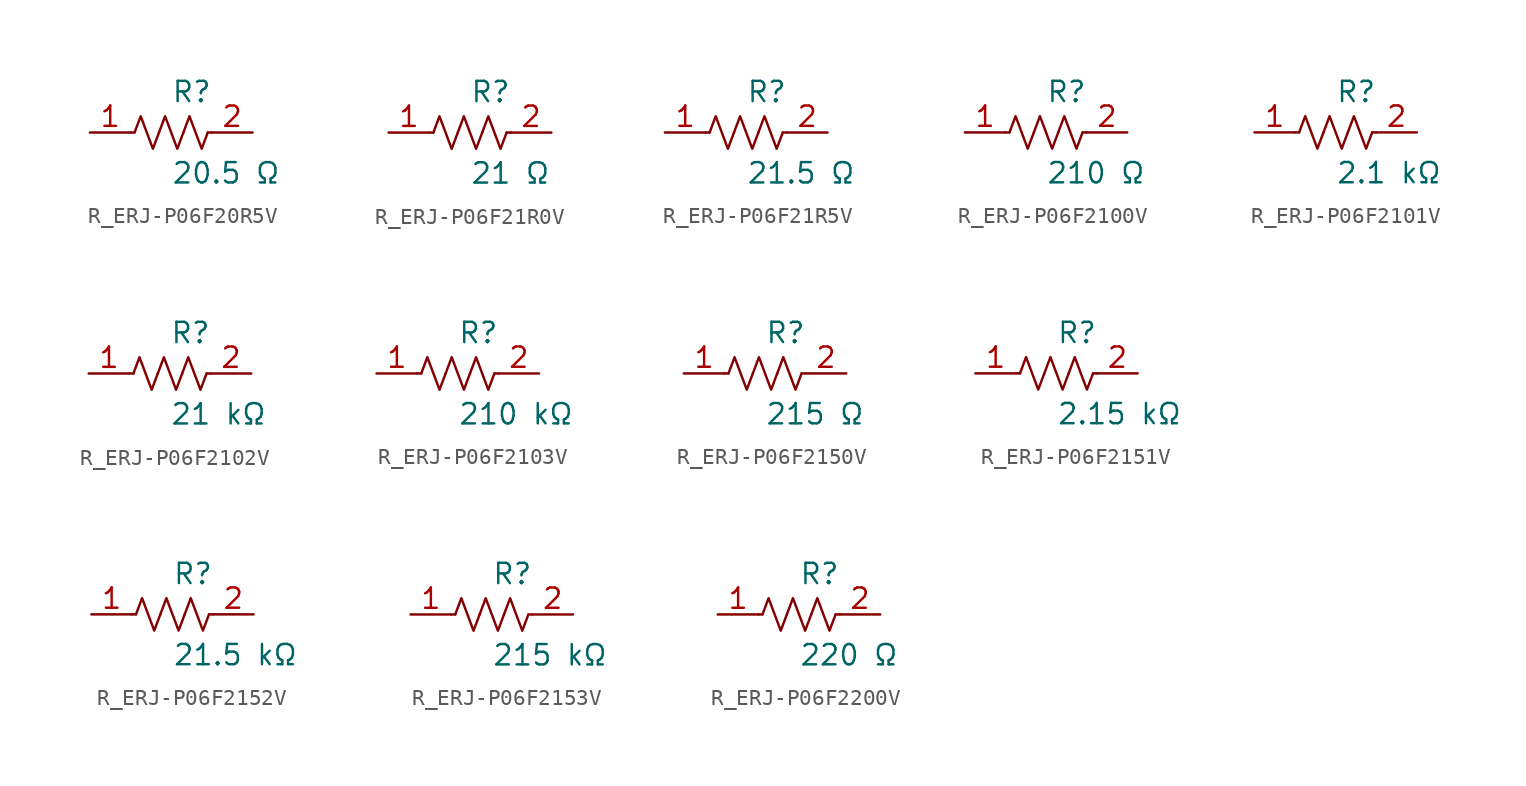
<source format=kicad_sym>
(kicad_symbol_lib
  (version 20231120)
  (generator kicad_symbol_editor)
  (generator_version 8.0)
  (symbol "R_ERJ-P06F20R5V"
    (pin_names
      (offset 0.254))
    (property "Reference" "R"
      (at 0.0 2.54 0)
      (effects (font (size 1.27 1.27)) (justify left)))
    (property "Value" "20.5 Ω"
      (at 0.0 -2.54 0)
      (effects (font (size 1.27 1.27)) (justify left)))
    (symbol "R_ERJ-P06F20R5V_0_1"
      (polyline (pts (xy 2.286 0) (xy 2.54 0)) (stroke (width 0) (type default)) (fill (type none)))
      (polyline (pts (xy -2.286 0) (xy -2.54 0)) (stroke (width 0) (type default)) (fill (type none)))
      (polyline (pts (xy 0.762 0) (xy 1.143 1.016) (xy 1.524 0) (xy 1.905 -1.016) (xy 2.286 0)) (stroke (width 0) (type default)) (fill (type none)))
      (polyline (pts (xy -0.762 0) (xy -0.381 1.016) (xy 0 0) (xy 0.381 -1.016) (xy 0.762 0)) (stroke (width 0) (type default)) (fill (type none)))
      (polyline (pts (xy -2.286 0) (xy -1.905 1.016) (xy -1.524 0) (xy -1.143 -1.016) (xy -0.762 0)) (stroke (width 0) (type default)) (fill (type none))))
    (pin unspecified line
      (at -5.08 0 0)
      (length 2.54)
      (name "" (effects (font (size 1.27 1.27))))
      (number "1" (effects (font (size 1.27 1.27)))))
    (pin unspecified line
      (at 5.08 0 180)
      (length 2.54)
      (name "" (effects (font (size 1.27 1.27))))
      (number "2" (effects (font (size 1.27 1.27))))))
  (symbol "R_ERJ-P06F21R0V"
    (pin_names
      (offset 0.254))
    (property "Reference" "R"
      (at 0.0 2.54 0)
      (effects (font (size 1.27 1.27)) (justify left)))
    (property "Value" "21 Ω"
      (at 0.0 -2.54 0)
      (effects (font (size 1.27 1.27)) (justify left)))
    (symbol "R_ERJ-P06F21R0V_0_1"
      (polyline (pts (xy 2.286 0) (xy 2.54 0)) (stroke (width 0) (type default)) (fill (type none)))
      (polyline (pts (xy -2.286 0) (xy -2.54 0)) (stroke (width 0) (type default)) (fill (type none)))
      (polyline (pts (xy 0.762 0) (xy 1.143 1.016) (xy 1.524 0) (xy 1.905 -1.016) (xy 2.286 0)) (stroke (width 0) (type default)) (fill (type none)))
      (polyline (pts (xy -0.762 0) (xy -0.381 1.016) (xy 0 0) (xy 0.381 -1.016) (xy 0.762 0)) (stroke (width 0) (type default)) (fill (type none)))
      (polyline (pts (xy -2.286 0) (xy -1.905 1.016) (xy -1.524 0) (xy -1.143 -1.016) (xy -0.762 0)) (stroke (width 0) (type default)) (fill (type none))))
    (pin unspecified line
      (at -5.08 0 0)
      (length 2.54)
      (name "" (effects (font (size 1.27 1.27))))
      (number "1" (effects (font (size 1.27 1.27)))))
    (pin unspecified line
      (at 5.08 0 180)
      (length 2.54)
      (name "" (effects (font (size 1.27 1.27))))
      (number "2" (effects (font (size 1.27 1.27))))))
  (symbol "R_ERJ-P06F21R5V"
    (pin_names
      (offset 0.254))
    (property "Reference" "R"
      (at 0.0 2.54 0)
      (effects (font (size 1.27 1.27)) (justify left)))
    (property "Value" "21.5 Ω"
      (at 0.0 -2.54 0)
      (effects (font (size 1.27 1.27)) (justify left)))
    (symbol "R_ERJ-P06F21R5V_0_1"
      (polyline (pts (xy 2.286 0) (xy 2.54 0)) (stroke (width 0) (type default)) (fill (type none)))
      (polyline (pts (xy -2.286 0) (xy -2.54 0)) (stroke (width 0) (type default)) (fill (type none)))
      (polyline (pts (xy 0.762 0) (xy 1.143 1.016) (xy 1.524 0) (xy 1.905 -1.016) (xy 2.286 0)) (stroke (width 0) (type default)) (fill (type none)))
      (polyline (pts (xy -0.762 0) (xy -0.381 1.016) (xy 0 0) (xy 0.381 -1.016) (xy 0.762 0)) (stroke (width 0) (type default)) (fill (type none)))
      (polyline (pts (xy -2.286 0) (xy -1.905 1.016) (xy -1.524 0) (xy -1.143 -1.016) (xy -0.762 0)) (stroke (width 0) (type default)) (fill (type none))))
    (pin unspecified line
      (at -5.08 0 0)
      (length 2.54)
      (name "" (effects (font (size 1.27 1.27))))
      (number "1" (effects (font (size 1.27 1.27)))))
    (pin unspecified line
      (at 5.08 0 180)
      (length 2.54)
      (name "" (effects (font (size 1.27 1.27))))
      (number "2" (effects (font (size 1.27 1.27))))))
  (symbol "R_ERJ-P06F2100V"
    (pin_names
      (offset 0.254))
    (property "Reference" "R"
      (at 0.0 2.54 0)
      (effects (font (size 1.27 1.27)) (justify left)))
    (property "Value" "210 Ω"
      (at 0.0 -2.54 0)
      (effects (font (size 1.27 1.27)) (justify left)))
    (symbol "R_ERJ-P06F2100V_0_1"
      (polyline (pts (xy 2.286 0) (xy 2.54 0)) (stroke (width 0) (type default)) (fill (type none)))
      (polyline (pts (xy -2.286 0) (xy -2.54 0)) (stroke (width 0) (type default)) (fill (type none)))
      (polyline (pts (xy 0.762 0) (xy 1.143 1.016) (xy 1.524 0) (xy 1.905 -1.016) (xy 2.286 0)) (stroke (width 0) (type default)) (fill (type none)))
      (polyline (pts (xy -0.762 0) (xy -0.381 1.016) (xy 0 0) (xy 0.381 -1.016) (xy 0.762 0)) (stroke (width 0) (type default)) (fill (type none)))
      (polyline (pts (xy -2.286 0) (xy -1.905 1.016) (xy -1.524 0) (xy -1.143 -1.016) (xy -0.762 0)) (stroke (width 0) (type default)) (fill (type none))))
    (pin unspecified line
      (at -5.08 0 0)
      (length 2.54)
      (name "" (effects (font (size 1.27 1.27))))
      (number "1" (effects (font (size 1.27 1.27)))))
    (pin unspecified line
      (at 5.08 0 180)
      (length 2.54)
      (name "" (effects (font (size 1.27 1.27))))
      (number "2" (effects (font (size 1.27 1.27))))))
  (symbol "R_ERJ-P06F2101V"
    (pin_names
      (offset 0.254))
    (property "Reference" "R"
      (at 0.0 2.54 0)
      (effects (font (size 1.27 1.27)) (justify left)))
    (property "Value" "2.1 kΩ"
      (at 0.0 -2.54 0)
      (effects (font (size 1.27 1.27)) (justify left)))
    (symbol "R_ERJ-P06F2101V_0_1"
      (polyline (pts (xy 2.286 0) (xy 2.54 0)) (stroke (width 0) (type default)) (fill (type none)))
      (polyline (pts (xy -2.286 0) (xy -2.54 0)) (stroke (width 0) (type default)) (fill (type none)))
      (polyline (pts (xy 0.762 0) (xy 1.143 1.016) (xy 1.524 0) (xy 1.905 -1.016) (xy 2.286 0)) (stroke (width 0) (type default)) (fill (type none)))
      (polyline (pts (xy -0.762 0) (xy -0.381 1.016) (xy 0 0) (xy 0.381 -1.016) (xy 0.762 0)) (stroke (width 0) (type default)) (fill (type none)))
      (polyline (pts (xy -2.286 0) (xy -1.905 1.016) (xy -1.524 0) (xy -1.143 -1.016) (xy -0.762 0)) (stroke (width 0) (type default)) (fill (type none))))
    (pin unspecified line
      (at -5.08 0 0)
      (length 2.54)
      (name "" (effects (font (size 1.27 1.27))))
      (number "1" (effects (font (size 1.27 1.27)))))
    (pin unspecified line
      (at 5.08 0 180)
      (length 2.54)
      (name "" (effects (font (size 1.27 1.27))))
      (number "2" (effects (font (size 1.27 1.27))))))
  (symbol "R_ERJ-P06F2102V"
    (pin_names
      (offset 0.254))
    (property "Reference" "R"
      (at 0.0 2.54 0)
      (effects (font (size 1.27 1.27)) (justify left)))
    (property "Value" "21 kΩ"
      (at 0.0 -2.54 0)
      (effects (font (size 1.27 1.27)) (justify left)))
    (symbol "R_ERJ-P06F2102V_0_1"
      (polyline (pts (xy 2.286 0) (xy 2.54 0)) (stroke (width 0) (type default)) (fill (type none)))
      (polyline (pts (xy -2.286 0) (xy -2.54 0)) (stroke (width 0) (type default)) (fill (type none)))
      (polyline (pts (xy 0.762 0) (xy 1.143 1.016) (xy 1.524 0) (xy 1.905 -1.016) (xy 2.286 0)) (stroke (width 0) (type default)) (fill (type none)))
      (polyline (pts (xy -0.762 0) (xy -0.381 1.016) (xy 0 0) (xy 0.381 -1.016) (xy 0.762 0)) (stroke (width 0) (type default)) (fill (type none)))
      (polyline (pts (xy -2.286 0) (xy -1.905 1.016) (xy -1.524 0) (xy -1.143 -1.016) (xy -0.762 0)) (stroke (width 0) (type default)) (fill (type none))))
    (pin unspecified line
      (at -5.08 0 0)
      (length 2.54)
      (name "" (effects (font (size 1.27 1.27))))
      (number "1" (effects (font (size 1.27 1.27)))))
    (pin unspecified line
      (at 5.08 0 180)
      (length 2.54)
      (name "" (effects (font (size 1.27 1.27))))
      (number "2" (effects (font (size 1.27 1.27))))))
  (symbol "R_ERJ-P06F2103V"
    (pin_names
      (offset 0.254))
    (property "Reference" "R"
      (at 0.0 2.54 0)
      (effects (font (size 1.27 1.27)) (justify left)))
    (property "Value" "210 kΩ"
      (at 0.0 -2.54 0)
      (effects (font (size 1.27 1.27)) (justify left)))
    (symbol "R_ERJ-P06F2103V_0_1"
      (polyline (pts (xy 2.286 0) (xy 2.54 0)) (stroke (width 0) (type default)) (fill (type none)))
      (polyline (pts (xy -2.286 0) (xy -2.54 0)) (stroke (width 0) (type default)) (fill (type none)))
      (polyline (pts (xy 0.762 0) (xy 1.143 1.016) (xy 1.524 0) (xy 1.905 -1.016) (xy 2.286 0)) (stroke (width 0) (type default)) (fill (type none)))
      (polyline (pts (xy -0.762 0) (xy -0.381 1.016) (xy 0 0) (xy 0.381 -1.016) (xy 0.762 0)) (stroke (width 0) (type default)) (fill (type none)))
      (polyline (pts (xy -2.286 0) (xy -1.905 1.016) (xy -1.524 0) (xy -1.143 -1.016) (xy -0.762 0)) (stroke (width 0) (type default)) (fill (type none))))
    (pin unspecified line
      (at -5.08 0 0)
      (length 2.54)
      (name "" (effects (font (size 1.27 1.27))))
      (number "1" (effects (font (size 1.27 1.27)))))
    (pin unspecified line
      (at 5.08 0 180)
      (length 2.54)
      (name "" (effects (font (size 1.27 1.27))))
      (number "2" (effects (font (size 1.27 1.27))))))
  (symbol "R_ERJ-P06F2150V"
    (pin_names
      (offset 0.254))
    (property "Reference" "R"
      (at 0.0 2.54 0)
      (effects (font (size 1.27 1.27)) (justify left)))
    (property "Value" "215 Ω"
      (at 0.0 -2.54 0)
      (effects (font (size 1.27 1.27)) (justify left)))
    (symbol "R_ERJ-P06F2150V_0_1"
      (polyline (pts (xy 2.286 0) (xy 2.54 0)) (stroke (width 0) (type default)) (fill (type none)))
      (polyline (pts (xy -2.286 0) (xy -2.54 0)) (stroke (width 0) (type default)) (fill (type none)))
      (polyline (pts (xy 0.762 0) (xy 1.143 1.016) (xy 1.524 0) (xy 1.905 -1.016) (xy 2.286 0)) (stroke (width 0) (type default)) (fill (type none)))
      (polyline (pts (xy -0.762 0) (xy -0.381 1.016) (xy 0 0) (xy 0.381 -1.016) (xy 0.762 0)) (stroke (width 0) (type default)) (fill (type none)))
      (polyline (pts (xy -2.286 0) (xy -1.905 1.016) (xy -1.524 0) (xy -1.143 -1.016) (xy -0.762 0)) (stroke (width 0) (type default)) (fill (type none))))
    (pin unspecified line
      (at -5.08 0 0)
      (length 2.54)
      (name "" (effects (font (size 1.27 1.27))))
      (number "1" (effects (font (size 1.27 1.27)))))
    (pin unspecified line
      (at 5.08 0 180)
      (length 2.54)
      (name "" (effects (font (size 1.27 1.27))))
      (number "2" (effects (font (size 1.27 1.27))))))
  (symbol "R_ERJ-P06F2151V"
    (pin_names
      (offset 0.254))
    (property "Reference" "R"
      (at 0.0 2.54 0)
      (effects (font (size 1.27 1.27)) (justify left)))
    (property "Value" "2.15 kΩ"
      (at 0.0 -2.54 0)
      (effects (font (size 1.27 1.27)) (justify left)))
    (symbol "R_ERJ-P06F2151V_0_1"
      (polyline (pts (xy 2.286 0) (xy 2.54 0)) (stroke (width 0) (type default)) (fill (type none)))
      (polyline (pts (xy -2.286 0) (xy -2.54 0)) (stroke (width 0) (type default)) (fill (type none)))
      (polyline (pts (xy 0.762 0) (xy 1.143 1.016) (xy 1.524 0) (xy 1.905 -1.016) (xy 2.286 0)) (stroke (width 0) (type default)) (fill (type none)))
      (polyline (pts (xy -0.762 0) (xy -0.381 1.016) (xy 0 0) (xy 0.381 -1.016) (xy 0.762 0)) (stroke (width 0) (type default)) (fill (type none)))
      (polyline (pts (xy -2.286 0) (xy -1.905 1.016) (xy -1.524 0) (xy -1.143 -1.016) (xy -0.762 0)) (stroke (width 0) (type default)) (fill (type none))))
    (pin unspecified line
      (at -5.08 0 0)
      (length 2.54)
      (name "" (effects (font (size 1.27 1.27))))
      (number "1" (effects (font (size 1.27 1.27)))))
    (pin unspecified line
      (at 5.08 0 180)
      (length 2.54)
      (name "" (effects (font (size 1.27 1.27))))
      (number "2" (effects (font (size 1.27 1.27))))))
  (symbol "R_ERJ-P06F2152V"
    (pin_names
      (offset 0.254))
    (property "Reference" "R"
      (at 0.0 2.54 0)
      (effects (font (size 1.27 1.27)) (justify left)))
    (property "Value" "21.5 kΩ"
      (at 0.0 -2.54 0)
      (effects (font (size 1.27 1.27)) (justify left)))
    (symbol "R_ERJ-P06F2152V_0_1"
      (polyline (pts (xy 2.286 0) (xy 2.54 0)) (stroke (width 0) (type default)) (fill (type none)))
      (polyline (pts (xy -2.286 0) (xy -2.54 0)) (stroke (width 0) (type default)) (fill (type none)))
      (polyline (pts (xy 0.762 0) (xy 1.143 1.016) (xy 1.524 0) (xy 1.905 -1.016) (xy 2.286 0)) (stroke (width 0) (type default)) (fill (type none)))
      (polyline (pts (xy -0.762 0) (xy -0.381 1.016) (xy 0 0) (xy 0.381 -1.016) (xy 0.762 0)) (stroke (width 0) (type default)) (fill (type none)))
      (polyline (pts (xy -2.286 0) (xy -1.905 1.016) (xy -1.524 0) (xy -1.143 -1.016) (xy -0.762 0)) (stroke (width 0) (type default)) (fill (type none))))
    (pin unspecified line
      (at -5.08 0 0)
      (length 2.54)
      (name "" (effects (font (size 1.27 1.27))))
      (number "1" (effects (font (size 1.27 1.27)))))
    (pin unspecified line
      (at 5.08 0 180)
      (length 2.54)
      (name "" (effects (font (size 1.27 1.27))))
      (number "2" (effects (font (size 1.27 1.27))))))
  (symbol "R_ERJ-P06F2153V"
    (pin_names
      (offset 0.254))
    (property "Reference" "R"
      (at 0.0 2.54 0)
      (effects (font (size 1.27 1.27)) (justify left)))
    (property "Value" "215 kΩ"
      (at 0.0 -2.54 0)
      (effects (font (size 1.27 1.27)) (justify left)))
    (symbol "R_ERJ-P06F2153V_0_1"
      (polyline (pts (xy 2.286 0) (xy 2.54 0)) (stroke (width 0) (type default)) (fill (type none)))
      (polyline (pts (xy -2.286 0) (xy -2.54 0)) (stroke (width 0) (type default)) (fill (type none)))
      (polyline (pts (xy 0.762 0) (xy 1.143 1.016) (xy 1.524 0) (xy 1.905 -1.016) (xy 2.286 0)) (stroke (width 0) (type default)) (fill (type none)))
      (polyline (pts (xy -0.762 0) (xy -0.381 1.016) (xy 0 0) (xy 0.381 -1.016) (xy 0.762 0)) (stroke (width 0) (type default)) (fill (type none)))
      (polyline (pts (xy -2.286 0) (xy -1.905 1.016) (xy -1.524 0) (xy -1.143 -1.016) (xy -0.762 0)) (stroke (width 0) (type default)) (fill (type none))))
    (pin unspecified line
      (at -5.08 0 0)
      (length 2.54)
      (name "" (effects (font (size 1.27 1.27))))
      (number "1" (effects (font (size 1.27 1.27)))))
    (pin unspecified line
      (at 5.08 0 180)
      (length 2.54)
      (name "" (effects (font (size 1.27 1.27))))
      (number "2" (effects (font (size 1.27 1.27))))))
  (symbol "R_ERJ-P06F2200V"
    (pin_names
      (offset 0.254))
    (property "Reference" "R"
      (at 0.0 2.54 0)
      (effects (font (size 1.27 1.27)) (justify left)))
    (property "Value" "220 Ω"
      (at 0.0 -2.54 0)
      (effects (font (size 1.27 1.27)) (justify left)))
    (symbol "R_ERJ-P06F2200V_0_1"
      (polyline (pts (xy 2.286 0) (xy 2.54 0)) (stroke (width 0) (type default)) (fill (type none)))
      (polyline (pts (xy -2.286 0) (xy -2.54 0)) (stroke (width 0) (type default)) (fill (type none)))
      (polyline (pts (xy 0.762 0) (xy 1.143 1.016) (xy 1.524 0) (xy 1.905 -1.016) (xy 2.286 0)) (stroke (width 0) (type default)) (fill (type none)))
      (polyline (pts (xy -0.762 0) (xy -0.381 1.016) (xy 0 0) (xy 0.381 -1.016) (xy 0.762 0)) (stroke (width 0) (type default)) (fill (type none)))
      (polyline (pts (xy -2.286 0) (xy -1.905 1.016) (xy -1.524 0) (xy -1.143 -1.016) (xy -0.762 0)) (stroke (width 0) (type default)) (fill (type none))))
    (pin unspecified line
      (at -5.08 0 0)
      (length 2.54)
      (name "" (effects (font (size 1.27 1.27))))
      (number "1" (effects (font (size 1.27 1.27)))))
    (pin unspecified line
      (at 5.08 0 180)
      (length 2.54)
      (name "" (effects (font (size 1.27 1.27))))
      (number "2" (effects (font (size 1.27 1.27)))))))
</source>
